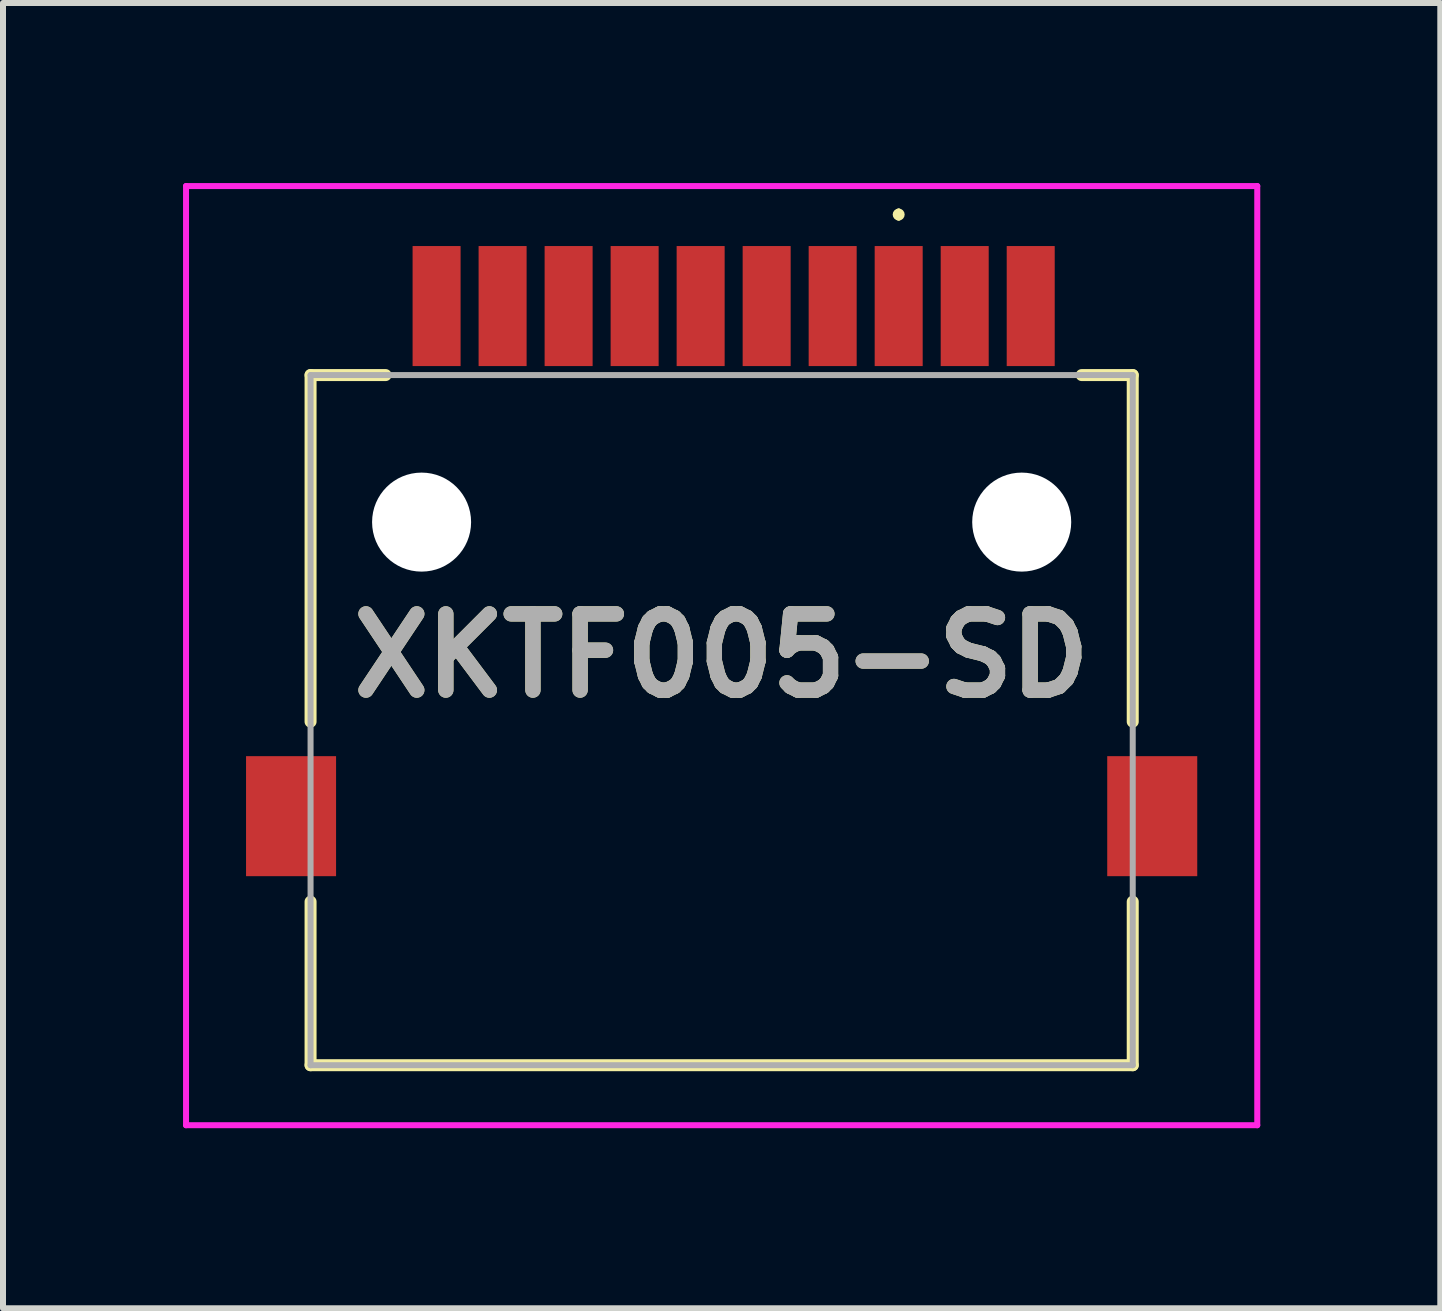
<source format=kicad_pcb>
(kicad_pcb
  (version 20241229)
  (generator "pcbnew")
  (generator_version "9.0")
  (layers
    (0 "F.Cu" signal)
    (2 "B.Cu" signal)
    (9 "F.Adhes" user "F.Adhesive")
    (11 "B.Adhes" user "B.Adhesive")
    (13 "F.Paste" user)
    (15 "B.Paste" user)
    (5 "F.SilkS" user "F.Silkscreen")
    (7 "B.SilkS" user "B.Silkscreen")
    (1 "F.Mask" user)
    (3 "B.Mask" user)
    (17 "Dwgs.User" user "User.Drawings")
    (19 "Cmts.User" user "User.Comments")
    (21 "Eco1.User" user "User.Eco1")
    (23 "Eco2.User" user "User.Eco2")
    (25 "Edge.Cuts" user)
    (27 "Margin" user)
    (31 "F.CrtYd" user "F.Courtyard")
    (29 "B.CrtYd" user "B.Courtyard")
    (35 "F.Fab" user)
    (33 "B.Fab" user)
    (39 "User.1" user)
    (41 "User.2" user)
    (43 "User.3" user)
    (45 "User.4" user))
  (footprint "XKTF005-SD"
    (layer "F.Cu")
    (at 8.975 7.875)
    (property "Reference" "XKTF005-SD" (at 0 0 0) (layer "F.SilkS") (effects (font (size 1.27 1.27) (thickness 0.254))))
    (attr smd)
    (fp_line (start -6.85 -4.675) (end -6.85 1.1) (stroke (width 0.2) (type solid)) (layer "F.SilkS"))
    (fp_line (start -6.85 4.1) (end -6.85 6.825) (stroke (width 0.2) (type solid)) (layer "F.SilkS"))
    (fp_line (start -6.85 6.825) (end 6.85 6.825) (stroke (width 0.2) (type solid)) (layer "F.SilkS"))
    (fp_line (start -5.6 -4.675) (end -6.85 -4.675) (stroke (width 0.2) (type solid)) (layer "F.SilkS"))
    (fp_line (start 2.95 -7.4) (end 2.95 -7.4) (stroke (width 0.1) (type solid)) (layer "F.SilkS"))
    (fp_line (start 2.95 -7.3) (end 2.95 -7.3) (stroke (width 0.1) (type solid)) (layer "F.SilkS"))
    (fp_line (start 6.85 -4.675) (end 6 -4.675) (stroke (width 0.2) (type solid)) (layer "F.SilkS"))
    (fp_line (start 6.85 1.1) (end 6.85 -4.675) (stroke (width 0.2) (type solid)) (layer "F.SilkS"))
    (fp_line (start 6.85 6.825) (end 6.85 4.1) (stroke (width 0.2) (type solid)) (layer "F.SilkS"))
    (fp_arc (start 2.95 -7.4) (mid 3 -7.35) (end 2.95 -7.3) (stroke (width 0.1) (type solid)) (layer "F.SilkS"))
    (fp_arc (start 2.95 -7.3) (mid 2.9 -7.35) (end 2.95 -7.4) (stroke (width 0.1) (type solid)) (layer "F.SilkS"))
    (fp_line (start -8.925 -7.825) (end 8.925 -7.825) (stroke (width 0.1) (type solid)) (layer "F.CrtYd"))
    (fp_line (start -8.925 7.825) (end -8.925 -7.825) (stroke (width 0.1) (type solid)) (layer "F.CrtYd"))
    (fp_line (start 8.925 -7.825) (end 8.925 7.825) (stroke (width 0.1) (type solid)) (layer "F.CrtYd"))
    (fp_line (start 8.925 7.825) (end -8.925 7.825) (stroke (width 0.1) (type solid)) (layer "F.CrtYd"))
    (fp_line (start -6.85 -4.675) (end -6.85 6.825) (stroke (width 0.1) (type solid)) (layer "F.Fab"))
    (fp_line (start -6.85 6.825) (end 6.85 6.825) (stroke (width 0.1) (type solid)) (layer "F.Fab"))
    (fp_line (start 6.85 -4.675) (end -6.85 -4.675) (stroke (width 0.1) (type solid)) (layer "F.Fab"))
    (fp_line (start 6.85 6.825) (end 6.85 -4.675) (stroke (width 0.1) (type solid)) (layer "F.Fab"))
    (fp_text user "${REFERENCE}" (at 0 0 0) (layer "F.Fab") (effects (font (size 1.27 1.27) (thickness 0.254))))
    (pad "" np_thru_hole circle (at -5 -2.225) (size 1.65 1.65) (drill 1.65) (layers "*.Cu" "*.Mask"))
    (pad "" np_thru_hole circle (at 5 -2.225) (size 1.65 1.65) (drill 1.65) (layers "*.Cu" "*.Mask"))
    (pad "CD1" smd rect (at 5.15 -5.825) (size 0.8 2) (layers "F.Cu" "F.Mask" "F.Paste"))
    (pad "MP1" smd rect (at 7.175 2.675) (size 1.5 2) (layers "F.Cu" "F.Mask" "F.Paste"))
    (pad "MP2" smd rect (at -7.175 2.675) (size 1.5 2) (layers "F.Cu" "F.Mask" "F.Paste"))
    (pad "P1" smd rect (at 2.95 -5.825) (size 0.8 2) (layers "F.Cu" "F.Mask" "F.Paste"))
    (pad "P2" smd rect (at 1.85 -5.825) (size 0.8 2) (layers "F.Cu" "F.Mask" "F.Paste"))
    (pad "P3" smd rect (at 0.75 -5.825) (size 0.8 2) (layers "F.Cu" "F.Mask" "F.Paste"))
    (pad "P4" smd rect (at -0.35 -5.825) (size 0.8 2) (layers "F.Cu" "F.Mask" "F.Paste"))
    (pad "P5" smd rect (at -1.45 -5.825) (size 0.8 2) (layers "F.Cu" "F.Mask" "F.Paste"))
    (pad "P6" smd rect (at -2.55 -5.825) (size 0.8 2) (layers "F.Cu" "F.Mask" "F.Paste"))
    (pad "P7" smd rect (at -3.65 -5.825) (size 0.8 2) (layers "F.Cu" "F.Mask" "F.Paste"))
    (pad "P8" smd rect (at -4.75 -5.825) (size 0.8 2) (layers "F.Cu" "F.Mask" "F.Paste"))
    (pad "WP1" smd rect (at 4.05 -5.825) (size 0.8 2) (layers "F.Cu" "F.Mask" "F.Paste")))
  (gr_rect
    (start -3 -3)
    (end 20.95 18.75)
    (stroke (width 0.1) (type default))
    (fill no)
    (layer "Edge.Cuts")))
</source>
